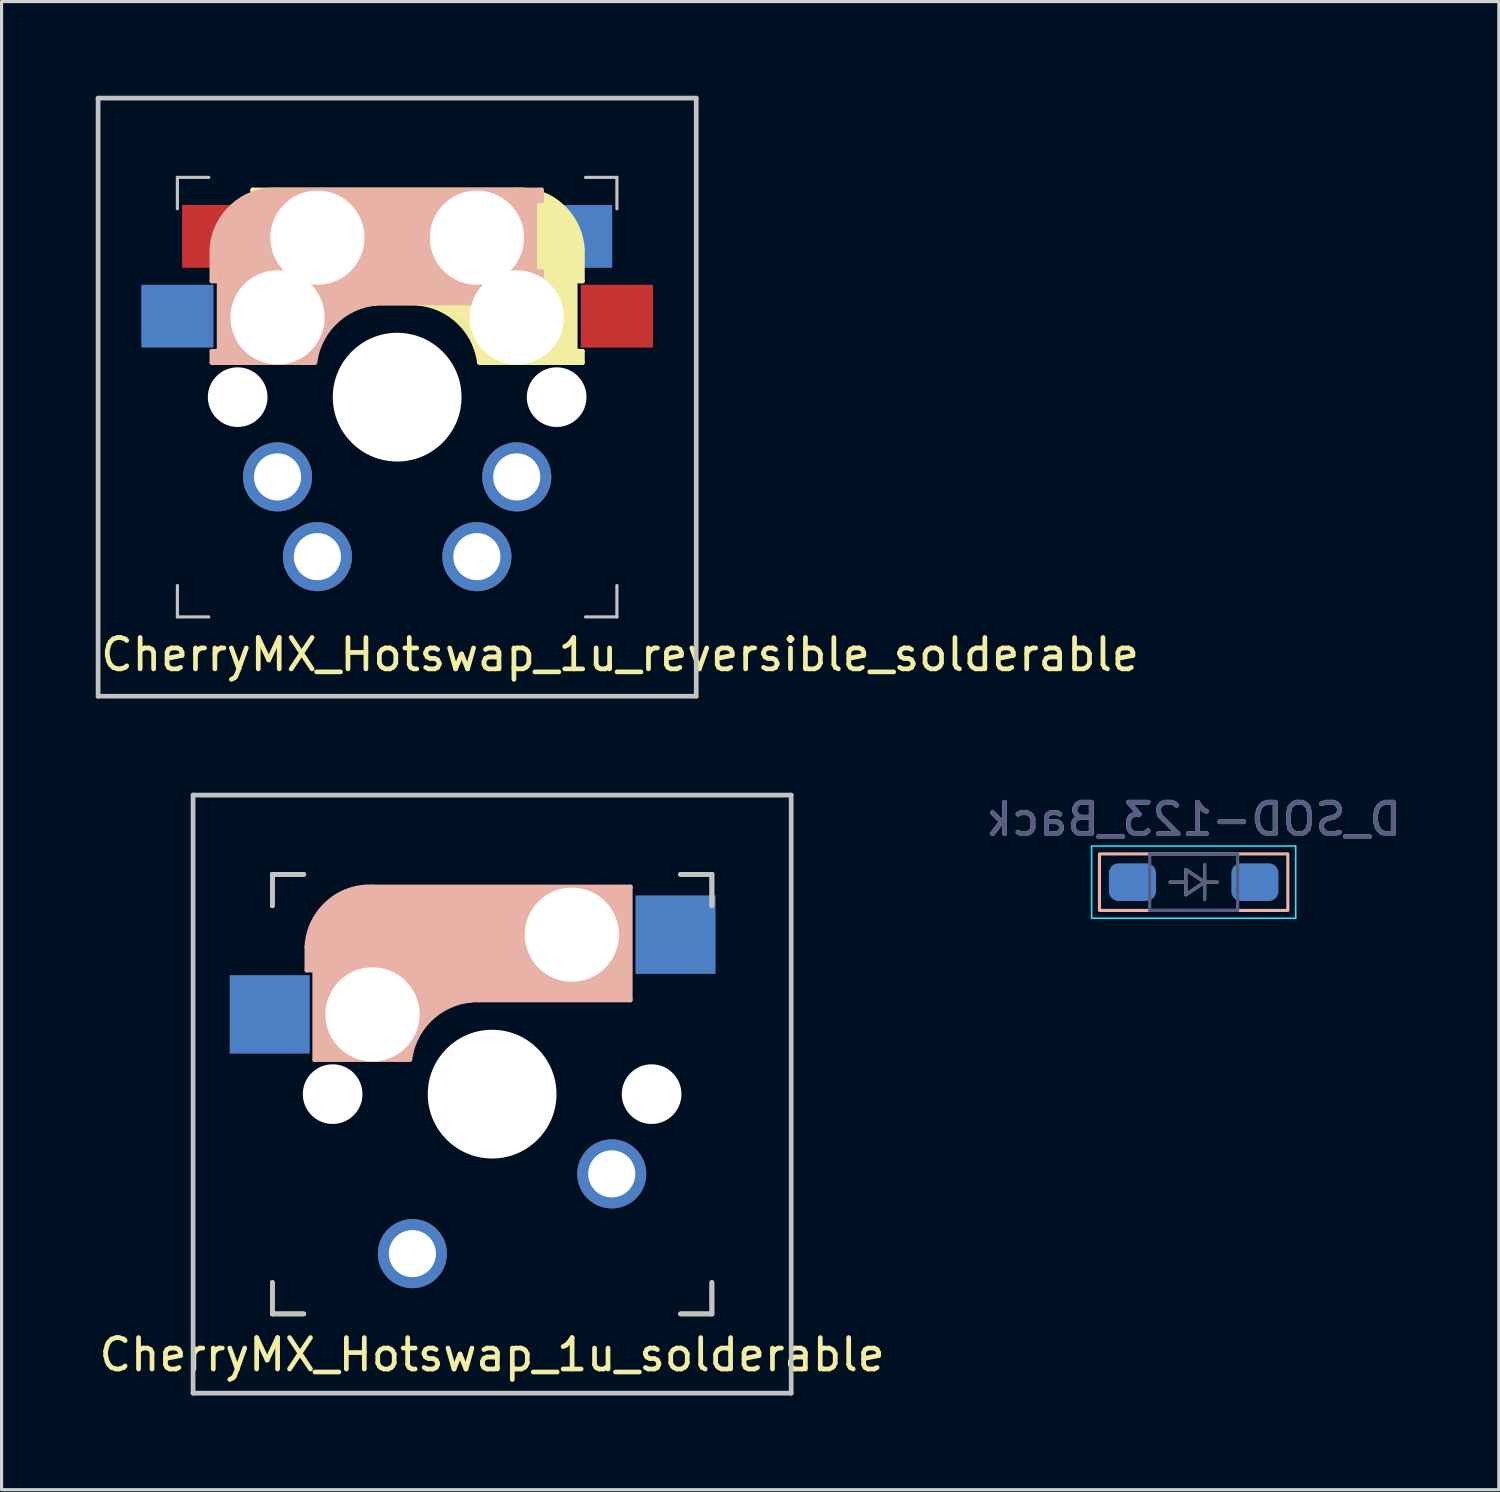
<source format=kicad_pcb>
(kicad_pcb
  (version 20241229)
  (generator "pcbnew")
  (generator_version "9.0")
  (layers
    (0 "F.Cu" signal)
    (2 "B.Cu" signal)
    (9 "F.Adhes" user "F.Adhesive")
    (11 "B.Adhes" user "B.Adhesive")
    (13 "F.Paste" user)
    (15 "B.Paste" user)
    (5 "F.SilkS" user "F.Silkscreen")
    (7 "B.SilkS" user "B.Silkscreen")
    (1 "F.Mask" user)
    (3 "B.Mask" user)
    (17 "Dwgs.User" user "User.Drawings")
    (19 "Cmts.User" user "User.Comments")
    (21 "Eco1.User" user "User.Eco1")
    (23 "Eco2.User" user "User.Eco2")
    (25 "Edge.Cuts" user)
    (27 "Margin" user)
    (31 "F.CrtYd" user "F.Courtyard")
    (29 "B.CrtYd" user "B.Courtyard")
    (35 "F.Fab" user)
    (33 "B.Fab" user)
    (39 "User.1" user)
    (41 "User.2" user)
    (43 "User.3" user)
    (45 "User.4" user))
  (footprint "D_SOD-123_Back"
    (layer "F.Cu")
    (at 34.97 25.048)
    (property "Reference" "D_SOD-123_Back" (at 0 -2 0) (layer "B.SilkS") (effects (font (size 1 1) (thickness 0.15)) (justify mirror)))
    (attr smd)
    (fp_line (start -0.75 0) (end -0.25 0) (stroke (width 0.1) (type default)) (layer "B.SilkS"))
    (fp_line (start -0.25 -0.4) (end -0.25 0.4) (stroke (width 0.1) (type default)) (layer "B.SilkS"))
    (fp_line (start -0.25 0.4) (end 0.35 0) (stroke (width 0.1) (type default)) (layer "B.SilkS"))
    (fp_line (start 0.35 -0.55) (end 0.35 0.55) (stroke (width 0.1) (type default)) (layer "B.SilkS"))
    (fp_line (start 0.35 0) (end -0.25 -0.4) (stroke (width 0.1) (type default)) (layer "B.SilkS"))
    (fp_line (start 0.75 0) (end 0.35 0) (stroke (width 0.1) (type default)) (layer "B.SilkS"))
    (fp_rect (start -3 -0.9) (end 3 0.9) (stroke (width 0.1) (type default)) (fill no) (layer "B.SilkS"))
    (fp_line (start -3.25 -1.15) (end -3.25 1.15) (stroke (width 0.05) (type solid)) (layer "B.CrtYd"))
    (fp_line (start -3.25 1.15) (end 3.25 1.15) (stroke (width 0.05) (type solid)) (layer "B.CrtYd"))
    (fp_line (start 3.25 -1.15) (end -3.25 -1.15) (stroke (width 0.05) (type solid)) (layer "B.CrtYd"))
    (fp_line (start 3.25 -1.15) (end 3.25 1.15) (stroke (width 0.05) (type solid)) (layer "B.CrtYd"))
    (fp_line (start -1.4 -0.9) (end -1.4 0.9) (stroke (width 0.1) (type solid)) (layer "B.Fab"))
    (fp_line (start -1.4 0.9) (end 1.4 0.9) (stroke (width 0.1) (type solid)) (layer "B.Fab"))
    (fp_line (start -0.25 -0.4) (end -0.25 0.4) (stroke (width 0.1) (type solid)) (layer "B.Fab"))
    (fp_line (start -0.25 0) (end -0.75 0) (stroke (width 0.1) (type solid)) (layer "B.Fab"))
    (fp_line (start -0.25 0.4) (end 0.35 0) (stroke (width 0.1) (type solid)) (layer "B.Fab"))
    (fp_line (start 0.35 0) (end -0.25 -0.4) (stroke (width 0.1) (type solid)) (layer "B.Fab"))
    (fp_line (start 0.35 0) (end 0.35 -0.55) (stroke (width 0.1) (type solid)) (layer "B.Fab"))
    (fp_line (start 0.35 0) (end 0.35 0.55) (stroke (width 0.1) (type solid)) (layer "B.Fab"))
    (fp_line (start 0.75 0) (end 0.35 0) (stroke (width 0.1) (type solid)) (layer "B.Fab"))
    (fp_line (start 1.4 -0.9) (end -1.4 -0.9) (stroke (width 0.1) (type solid)) (layer "B.Fab"))
    (fp_line (start 1.4 0.9) (end 1.4 -0.9) (stroke (width 0.1) (type solid)) (layer "B.Fab"))
    (fp_text user "${REFERENCE}" (at 0 -2 0) (layer "B.Fab") (effects (font (size 1 1) (thickness 0.15)) (justify mirror)))
    (pad "1" smd roundrect (at 1.95 0) (size 1.5 1.2) (layers "B.Cu" "B.Mask" "B.Paste") (roundrect_rratio 0.25))
    (pad "2" smd roundrect (at -1.95 0) (size 1.5 1.2) (layers "B.Cu" "B.Mask" "B.Paste") (roundrect_rratio 0.25)))
  (footprint "CherryMX_Hotswap_1u_reversible_solderable"
    (layer "F.Cu")
    (at 9.6 9.6)
    (property "Reference" "CherryMX_Hotswap_1u_reversible_solderable" (at 7.1 8.2 0) (layer "F.SilkS") (effects (font (size 1 1) (thickness 0.15))))
    (attr through_hole)
    (fp_line (start -4.6 -6.6) (end 3.8 -6.6) (stroke (width 0.15) (type solid)) (layer "F.SilkS"))
    (fp_line (start -4.6 -6.25) (end -4.6 -6.6) (stroke (width 0.15) (type solid)) (layer "F.SilkS"))
    (fp_line (start -4.6 -4) (end -4.4 -4) (stroke (width 0.15) (type solid)) (layer "F.SilkS"))
    (fp_line (start -4.6 -3) (end -4.6 -4) (stroke (width 0.15) (type solid)) (layer "F.SilkS"))
    (fp_line (start -4.4 -6.4) (end -3 -6.4) (stroke (width 0.4) (type solid)) (layer "F.SilkS"))
    (fp_line (start -4.4 -6.25) (end -4.6 -6.25) (stroke (width 0.15) (type solid)) (layer "F.SilkS"))
    (fp_line (start -4.4 -3.9) (end -4.4 -3.2) (stroke (width 0.4) (type solid)) (layer "F.SilkS"))
    (fp_line (start -4.38 -4) (end -4.38 -6.25) (stroke (width 0.15) (type solid)) (layer "F.SilkS"))
    (fp_line (start -4.3 -3.3) (end -2.9 -3.3) (stroke (width 0.5) (type solid)) (layer "F.SilkS"))
    (fp_line (start -3.9 -6) (end -3.9 -3.5) (stroke (width 1) (type solid)) (layer "F.SilkS"))
    (fp_line (start -2.6 -4.8) (end 4.1 -4.8) (stroke (width 3.5) (type solid)) (layer "F.SilkS"))
    (fp_line (start 0.4 -3) (end -4.6 -3) (stroke (width 0.15) (type solid)) (layer "F.SilkS"))
    (fp_line (start 4.17 -5.1) (end 4.17 -2.86) (stroke (width 3) (type solid)) (layer "F.SilkS"))
    (fp_line (start 5.3 -1.6) (end 5.3 -3.4) (stroke (width 0.8) (type solid)) (layer "F.SilkS"))
    (fp_line (start 5.67 -3.7) (end 5.67 -1.46) (stroke (width 0.15) (type solid)) (layer "F.SilkS"))
    (fp_line (start 5.7 -1.46) (end 5.9 -1.46) (stroke (width 0.15) (type solid)) (layer "F.SilkS"))
    (fp_line (start 5.7 -1.3) (end 3 -1.3) (stroke (width 0.5) (type solid)) (layer "F.SilkS"))
    (fp_line (start 5.8 -3.8) (end 5.8 -4.7) (stroke (width 0.3) (type solid)) (layer "F.SilkS"))
    (fp_line (start 5.9 -4.7) (end 5.9 -3.7) (stroke (width 0.15) (type solid)) (layer "F.SilkS"))
    (fp_line (start 5.9 -3.7) (end 5.7 -3.7) (stroke (width 0.15) (type solid)) (layer "F.SilkS"))
    (fp_line (start 5.9 -1.1) (end 2.62 -1.1) (stroke (width 0.15) (type solid)) (layer "F.SilkS"))
    (fp_line (start 5.9 -1.1) (end 5.9 -1.46) (stroke (width 0.15) (type solid)) (layer "F.SilkS"))
    (fp_arc (start 0.4 -3) (mid 1.868709 -2.486118) (end 2.616318 -1.121471) (stroke (width 0.15) (type solid)) (layer "F.SilkS"))
    (fp_arc (start 0.8 -3.4) (mid 2.268709 -2.886118) (end 3.016318 -1.521471) (stroke (width 1) (type solid)) (layer "F.SilkS"))
    (fp_arc (start 3.8 -6.600001) (mid 5.243504 -6.084925) (end 5.900001 -4.7) (stroke (width 0.15) (type solid)) (layer "F.SilkS"))
    (fp_line (start -5.9 -4.7) (end -5.9 -3.7) (stroke (width 0.15) (type solid)) (layer "B.SilkS"))
    (fp_line (start -5.9 -3.7) (end -5.7 -3.7) (stroke (width 0.15) (type solid)) (layer "B.SilkS"))
    (fp_line (start -5.9 -1.1) (end -5.9 -1.46) (stroke (width 0.15) (type solid)) (layer "B.SilkS"))
    (fp_line (start -5.9 -1.1) (end -2.62 -1.1) (stroke (width 0.15) (type solid)) (layer "B.SilkS"))
    (fp_line (start -5.8 -3.8) (end -5.8 -4.7) (stroke (width 0.3) (type solid)) (layer "B.SilkS"))
    (fp_line (start -5.7 -1.46) (end -5.9 -1.46) (stroke (width 0.15) (type solid)) (layer "B.SilkS"))
    (fp_line (start -5.7 -1.3) (end -3 -1.3) (stroke (width 0.5) (type solid)) (layer "B.SilkS"))
    (fp_line (start -5.67 -3.7) (end -5.67 -1.46) (stroke (width 0.15) (type solid)) (layer "B.SilkS"))
    (fp_line (start -5.3 -1.6) (end -5.3 -3.4) (stroke (width 0.8) (type solid)) (layer "B.SilkS"))
    (fp_line (start -4.17 -5.1) (end -4.17 -2.86) (stroke (width 3) (type solid)) (layer "B.SilkS"))
    (fp_line (start -0.4 -3) (end 4.6 -3) (stroke (width 0.15) (type solid)) (layer "B.SilkS"))
    (fp_line (start 2.6 -4.8) (end -4.1 -4.8) (stroke (width 3.5) (type solid)) (layer "B.SilkS"))
    (fp_line (start 3.9 -6) (end 3.9 -3.5) (stroke (width 1) (type solid)) (layer "B.SilkS"))
    (fp_line (start 4.3 -3.3) (end 2.9 -3.3) (stroke (width 0.5) (type solid)) (layer "B.SilkS"))
    (fp_line (start 4.38 -4) (end 4.38 -6.25) (stroke (width 0.15) (type solid)) (layer "B.SilkS"))
    (fp_line (start 4.4 -6.4) (end 3 -6.4) (stroke (width 0.4) (type solid)) (layer "B.SilkS"))
    (fp_line (start 4.4 -6.25) (end 4.6 -6.25) (stroke (width 0.15) (type solid)) (layer "B.SilkS"))
    (fp_line (start 4.4 -3.9) (end 4.4 -3.2) (stroke (width 0.4) (type solid)) (layer "B.SilkS"))
    (fp_line (start 4.6 -6.6) (end -3.8 -6.6) (stroke (width 0.15) (type solid)) (layer "B.SilkS"))
    (fp_line (start 4.6 -6.25) (end 4.6 -6.6) (stroke (width 0.15) (type solid)) (layer "B.SilkS"))
    (fp_line (start 4.6 -4) (end 4.4 -4) (stroke (width 0.15) (type solid)) (layer "B.SilkS"))
    (fp_line (start 4.6 -3) (end 4.6 -4) (stroke (width 0.15) (type solid)) (layer "B.SilkS"))
    (fp_arc (start -5.9 -4.699999) (mid -5.243504 -6.084924) (end -3.800001 -6.6) (stroke (width 0.15) (type solid)) (layer "B.SilkS"))
    (fp_arc (start -3.016318 -1.521471) (mid -2.268709 -2.886118) (end -0.8 -3.4) (stroke (width 1) (type solid)) (layer "B.SilkS"))
    (fp_arc (start -2.616318 -1.121471) (mid -1.868709 -2.486118) (end -0.4 -3) (stroke (width 0.15) (type solid)) (layer "B.SilkS"))
    (fp_line (start -9.525 -9.525) (end 9.525 -9.525) (stroke (width 0.15) (type solid)) (layer "Dwgs.User"))
    (fp_line (start -9.525 9.525) (end -9.525 -9.525) (stroke (width 0.15) (type solid)) (layer "Dwgs.User"))
    (fp_line (start -7 -7) (end -7 -6) (stroke (width 0.1) (type default)) (layer "Dwgs.User"))
    (fp_line (start -7 6) (end -7 7) (stroke (width 0.1) (type default)) (layer "Dwgs.User"))
    (fp_line (start -7 7) (end -6 7) (stroke (width 0.1) (type default)) (layer "Dwgs.User"))
    (fp_line (start -6 -7) (end -7 -7) (stroke (width 0.1) (type default)) (layer "Dwgs.User"))
    (fp_line (start 6 7) (end 7 7) (stroke (width 0.1) (type default)) (layer "Dwgs.User"))
    (fp_line (start 7 -7) (end 6 -7) (stroke (width 0.1) (type default)) (layer "Dwgs.User"))
    (fp_line (start 7 -6) (end 7 -7) (stroke (width 0.1) (type default)) (layer "Dwgs.User"))
    (fp_line (start 7 7) (end 7 6) (stroke (width 0.1) (type default)) (layer "Dwgs.User"))
    (fp_line (start 9.525 -9.525) (end 9.525 9.525) (stroke (width 0.15) (type solid)) (layer "Dwgs.User"))
    (fp_line (start 9.525 9.525) (end -9.525 9.525) (stroke (width 0.15) (type solid)) (layer "Dwgs.User"))
    (pad "" np_thru_hole circle (at -5.08 0) (size 1.9 1.9) (drill 1.9) (layers "*.Cu" "*.Mask"))
    (pad "" np_thru_hole circle (at -3.81 -2.54 180) (size 3 3) (drill 3) (layers "*.Cu" "*.Mask"))
    (pad "" np_thru_hole circle (at -2.54 -5.08 180) (size 3 3) (drill 3) (layers "*.Cu" "*.Mask"))
    (pad "" np_thru_hole circle (at 0 0 90) (size 4.1 4.1) (drill 4.1) (layers "*.Cu" "*.Mask"))
    (pad "" np_thru_hole circle (at 2.54 -5.08 180) (size 3 3) (drill 3) (layers "*.Cu" "*.Mask"))
    (pad "" np_thru_hole circle (at 3.81 -2.54 180) (size 3 3) (drill 3) (layers "*.Cu" "*.Mask"))
    (pad "" np_thru_hole circle (at 5.08 0) (size 1.9 1.9) (drill 1.9) (layers "*.Cu" "*.Mask"))
    (pad "1" smd rect (at -7 -2.58 180) (size 2.3 2) (layers "B.Cu" "B.Mask" "B.Paste"))
    (pad "1" thru_hole circle (at -2.54 5.08 180) (size 2.2 2.2) (drill 1.5) (layers "*.Cu" "*.Mask"))
    (pad "1" thru_hole circle (at 2.54 5.08 180) (size 2.2 2.2) (drill 1.5) (layers "*.Cu" "*.Mask"))
    (pad "1" smd rect (at 7 -2.58 180) (size 2.3 2) (layers "F.Cu" "F.Mask" "F.Paste"))
    (pad "2" smd rect (at -5.7 -5.12 180) (size 2.3 2) (layers "F.Cu" "F.Mask" "F.Paste"))
    (pad "2" thru_hole circle (at -3.81 2.54 180) (size 2.2 2.2) (drill 1.5) (layers "*.Cu" "*.Mask"))
    (pad "2" thru_hole circle (at 3.81 2.54 180) (size 2.2 2.2) (drill 1.5) (layers "*.Cu" "*.Mask"))
    (pad "2" smd rect (at 5.7 -5.12 180) (size 2.3 2) (layers "B.Cu" "B.Mask" "B.Paste")))
  (footprint "CherryMX_Hotswap_1u_solderable"
    (layer "F.Cu")
    (at 12.625 31.8)
    (property "Reference" "CherryMX_Hotswap_1u_solderable" (at 0 8.3 0) (layer "F.SilkS") (effects (font (size 1 1) (thickness 0.15))))
    (attr through_hole)
    (fp_line (start -7 -7) (end -6 -7) (stroke (width 0.15) (type default)) (layer "F.SilkS"))
    (fp_line (start -7 -6) (end -7 -7) (stroke (width 0.15) (type default)) (layer "F.SilkS"))
    (fp_line (start -7 6) (end -7 7) (stroke (width 0.15) (type default)) (layer "F.SilkS"))
    (fp_line (start -7 7) (end -6 7) (stroke (width 0.15) (type default)) (layer "F.SilkS"))
    (fp_line (start 6 -7) (end 7 -7) (stroke (width 0.15) (type default)) (layer "F.SilkS"))
    (fp_line (start 7 -7) (end 7 -6) (stroke (width 0.15) (type default)) (layer "F.SilkS"))
    (fp_line (start 7 6) (end 7 7) (stroke (width 0.15) (type default)) (layer "F.SilkS"))
    (fp_line (start 7 7) (end 6 7) (stroke (width 0.15) (type default)) (layer "F.SilkS"))
    (fp_line (start -5.9 -4.7) (end -5.9 -3.95) (stroke (width 0.15) (type solid)) (layer "B.SilkS"))
    (fp_line (start -5.9 -3.95) (end -5.7 -3.95) (stroke (width 0.15) (type solid)) (layer "B.SilkS"))
    (fp_line (start -5.8 -4.05) (end -5.8 -4.7) (stroke (width 0.3) (type solid)) (layer "B.SilkS"))
    (fp_line (start -5.65 -5.55) (end -5.65 -1.1) (stroke (width 0.15) (type solid)) (layer "B.SilkS"))
    (fp_line (start -5.65 -1.1) (end -2.62 -1.1) (stroke (width 0.15) (type solid)) (layer "B.SilkS"))
    (fp_line (start -5.45 -1.3) (end -3 -1.3) (stroke (width 0.5) (type solid)) (layer "B.SilkS"))
    (fp_line (start -5.3 -1.6) (end -5.3 -3.4) (stroke (width 0.8) (type solid)) (layer "B.SilkS"))
    (fp_line (start -4.17 -5.1) (end -4.17 -2.86) (stroke (width 3) (type solid)) (layer "B.SilkS"))
    (fp_line (start -0.4 -3) (end 4.4 -3) (stroke (width 0.15) (type solid)) (layer "B.SilkS"))
    (fp_line (start 2.6 -4.8) (end -4.1 -4.8) (stroke (width 3.5) (type solid)) (layer "B.SilkS"))
    (fp_line (start 3.9 -6) (end 3.9 -3.5) (stroke (width 1) (type solid)) (layer "B.SilkS"))
    (fp_line (start 4.2 -3.25) (end 2.9 -3.3) (stroke (width 0.5) (type solid)) (layer "B.SilkS"))
    (fp_line (start 4.25 -6.4) (end 3 -6.4) (stroke (width 0.4) (type solid)) (layer "B.SilkS"))
    (fp_line (start 4.38 -4) (end 4.38 -6.25) (stroke (width 0.15) (type solid)) (layer "B.SilkS"))
    (fp_line (start 4.4 -6.6) (end -3.8 -6.6) (stroke (width 0.15) (type solid)) (layer "B.SilkS"))
    (fp_line (start 4.4 -3) (end 4.4 -6.6) (stroke (width 0.15) (type solid)) (layer "B.SilkS"))
    (fp_arc (start -5.9 -4.699999) (mid -5.243504 -6.084924) (end -3.800001 -6.6) (stroke (width 0.15) (type solid)) (layer "B.SilkS"))
    (fp_arc (start -3.016318 -1.521471) (mid -2.268709 -2.886118) (end -0.8 -3.4) (stroke (width 1) (type solid)) (layer "B.SilkS"))
    (fp_arc (start -2.616318 -1.121471) (mid -1.868709 -2.486118) (end -0.4 -3) (stroke (width 0.15) (type solid)) (layer "B.SilkS"))
    (fp_line (start -9.525 -9.525) (end 9.525 -9.525) (stroke (width 0.15) (type solid)) (layer "Dwgs.User"))
    (fp_line (start -9.525 9.525) (end -9.525 -9.525) (stroke (width 0.15) (type solid)) (layer "Dwgs.User"))
    (fp_line (start -7 -7) (end -6 -7) (stroke (width 0.15) (type solid)) (layer "Dwgs.User"))
    (fp_line (start -7 -6) (end -7 -7) (stroke (width 0.15) (type solid)) (layer "Dwgs.User"))
    (fp_line (start -7 6) (end -7 7) (stroke (width 0.15) (type solid)) (layer "Dwgs.User"))
    (fp_line (start -7 7) (end -6 7) (stroke (width 0.15) (type solid)) (layer "Dwgs.User"))
    (fp_line (start 6 7) (end 7 7) (stroke (width 0.15) (type solid)) (layer "Dwgs.User"))
    (fp_line (start 7 -7) (end 6 -7) (stroke (width 0.15) (type solid)) (layer "Dwgs.User"))
    (fp_line (start 7 -7) (end 7 -6) (stroke (width 0.15) (type solid)) (layer "Dwgs.User"))
    (fp_line (start 7 7) (end 7 6) (stroke (width 0.15) (type solid)) (layer "Dwgs.User"))
    (fp_line (start 9.525 -9.525) (end 9.525 9.525) (stroke (width 0.15) (type solid)) (layer "Dwgs.User"))
    (fp_line (start 9.525 9.525) (end -9.525 9.525) (stroke (width 0.15) (type solid)) (layer "Dwgs.User"))
    (pad "" np_thru_hole circle (at -5.08 0) (size 1.9 1.9) (drill 1.9) (layers "*.Cu" "*.Mask"))
    (pad "" np_thru_hole circle (at -3.81 -2.54) (size 3 3) (drill 3) (layers "*.Cu" "*.Mask"))
    (pad "" np_thru_hole circle (at 0 0 90) (size 4.1 4.1) (drill 4.1) (layers "*.Cu" "*.Mask"))
    (pad "" np_thru_hole circle (at 2.54 -5.08) (size 3 3) (drill 3) (layers "*.Cu" "*.Mask"))
    (pad "" np_thru_hole circle (at 5.08 0) (size 1.9 1.9) (drill 1.9) (layers "*.Cu" "*.Mask"))
    (pad "1" smd rect (at -7.085 -2.54 180) (size 2.55 2.5) (layers "B.Cu" "B.Mask" "B.Paste"))
    (pad "1" thru_hole circle (at -2.54 5.08 180) (size 2.2 2.2) (drill 1.5) (layers "*.Cu" "*.Mask"))
    (pad "2" thru_hole circle (at 3.81 2.54 180) (size 2.2 2.2) (drill 1.5) (layers "*.Cu" "*.Mask"))
    (pad "2" smd rect (at 5.842 -5.08 180) (size 2.55 2.5) (layers "B.Cu" "B.Mask" "B.Paste")))
  (gr_rect
    (start -3 -3)
    (end 44.69 44.4)
    (stroke (width 0.1) (type default))
    (fill no)
    (layer "Edge.Cuts")))
</source>
